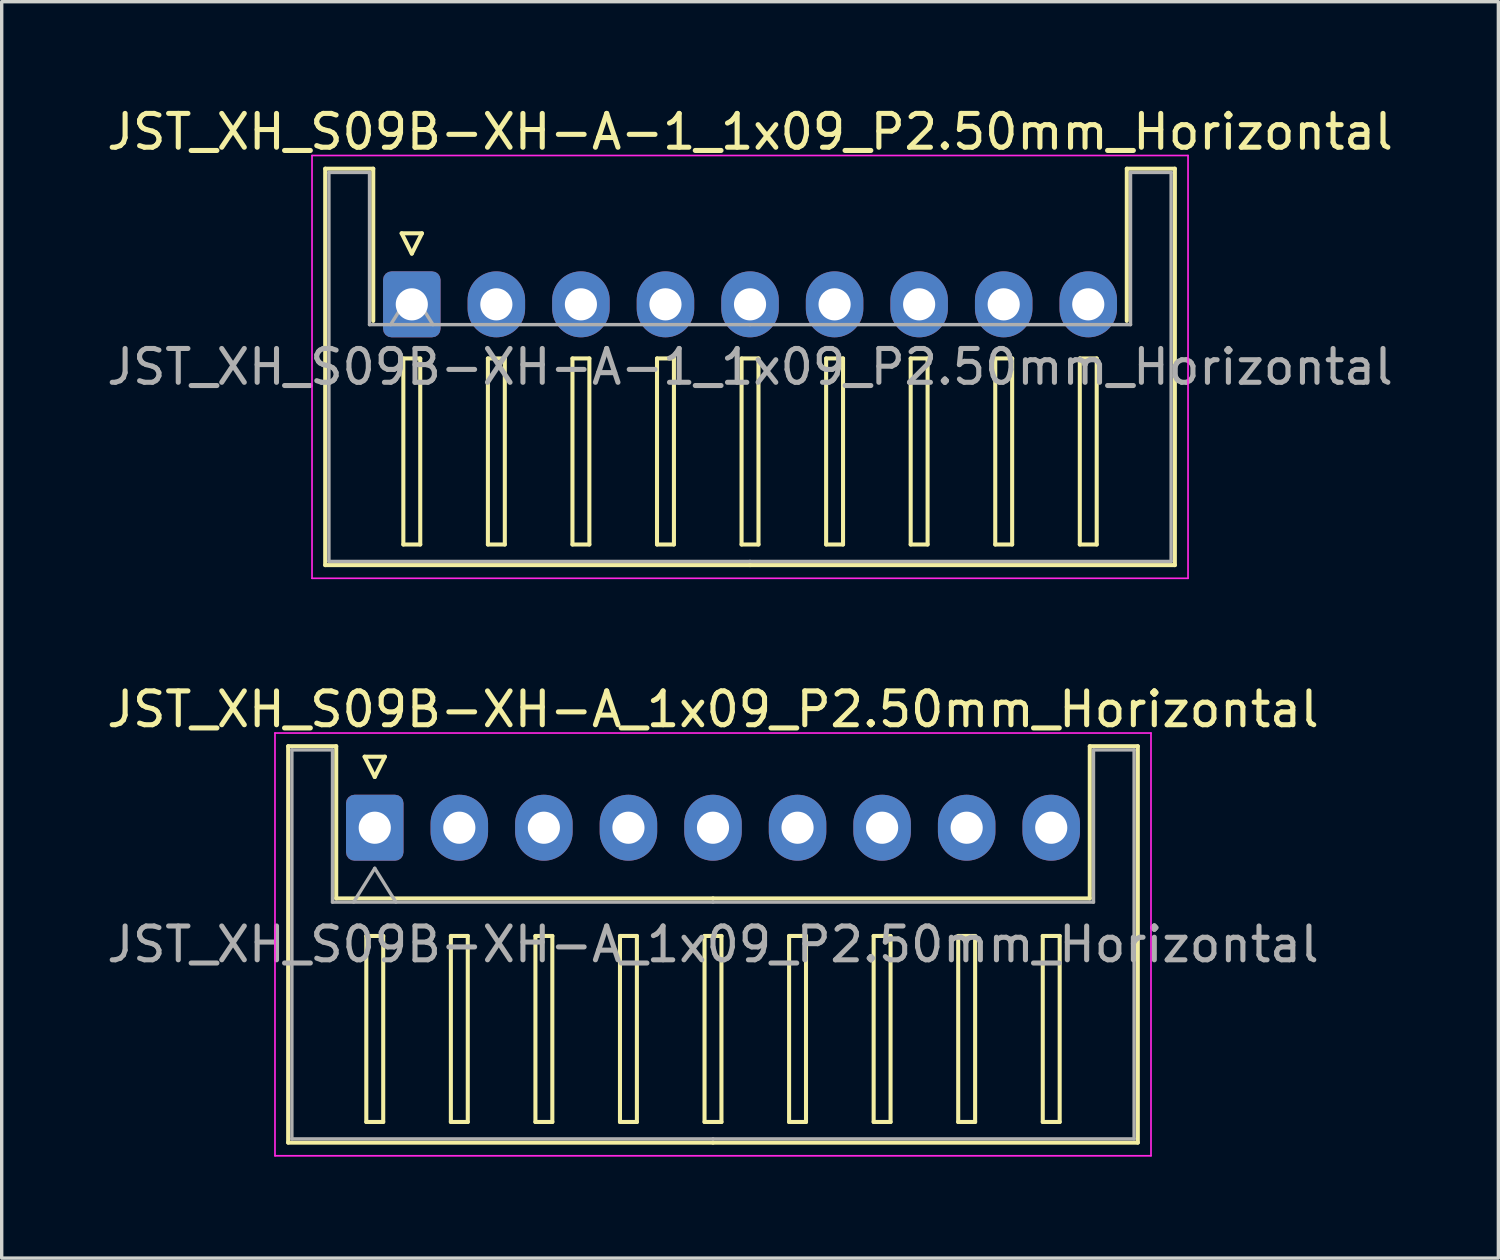
<source format=kicad_pcb>
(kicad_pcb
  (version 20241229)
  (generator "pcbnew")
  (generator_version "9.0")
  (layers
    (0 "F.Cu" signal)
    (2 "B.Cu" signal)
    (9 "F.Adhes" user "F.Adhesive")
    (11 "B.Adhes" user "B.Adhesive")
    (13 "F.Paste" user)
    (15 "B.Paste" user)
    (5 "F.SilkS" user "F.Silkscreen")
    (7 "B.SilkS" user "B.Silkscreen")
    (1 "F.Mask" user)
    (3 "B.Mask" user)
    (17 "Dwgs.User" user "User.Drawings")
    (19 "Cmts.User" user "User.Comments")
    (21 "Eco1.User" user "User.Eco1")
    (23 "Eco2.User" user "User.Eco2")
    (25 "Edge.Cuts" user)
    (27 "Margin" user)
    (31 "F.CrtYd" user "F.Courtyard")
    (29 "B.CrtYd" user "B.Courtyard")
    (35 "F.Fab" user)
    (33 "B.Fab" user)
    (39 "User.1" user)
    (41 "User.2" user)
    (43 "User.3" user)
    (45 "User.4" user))
  (footprint "JST_XH_S09B-XH-A-1_1x09_P2.50mm_Horizontal"
    (layer "F.Cu")
    (at 9.125 5.948)
    (property "Reference" "JST_XH_S09B-XH-A-1_1x09_P2.50mm_Horizontal" (at 10 -5.1 0) (layer "F.SilkS") (effects (font (size 1 1) (thickness 0.15))))
    (attr through_hole)
    (fp_line (start -2.56 -4.01) (end -1.14 -4.01) (stroke (width 0.12) (type solid)) (layer "F.SilkS"))
    (fp_line (start -2.56 7.71) (end -2.56 -4.01) (stroke (width 0.12) (type solid)) (layer "F.SilkS"))
    (fp_line (start -1.14 -4.01) (end -1.14 0.49) (stroke (width 0.12) (type solid)) (layer "F.SilkS"))
    (fp_line (start -0.3 -2.1) (end 0.3 -2.1) (stroke (width 0.12) (type solid)) (layer "F.SilkS"))
    (fp_line (start -0.25 1.6) (end -0.25 7.1) (stroke (width 0.12) (type solid)) (layer "F.SilkS"))
    (fp_line (start -0.25 7.1) (end 0.25 7.1) (stroke (width 0.12) (type solid)) (layer "F.SilkS"))
    (fp_line (start 0 -1.5) (end -0.3 -2.1) (stroke (width 0.12) (type solid)) (layer "F.SilkS"))
    (fp_line (start 0.25 1.6) (end -0.25 1.6) (stroke (width 0.12) (type solid)) (layer "F.SilkS"))
    (fp_line (start 0.25 7.1) (end 0.25 1.6) (stroke (width 0.12) (type solid)) (layer "F.SilkS"))
    (fp_line (start 0.3 -2.1) (end 0 -1.5) (stroke (width 0.12) (type solid)) (layer "F.SilkS"))
    (fp_line (start 2.25 1.6) (end 2.25 7.1) (stroke (width 0.12) (type solid)) (layer "F.SilkS"))
    (fp_line (start 2.25 7.1) (end 2.75 7.1) (stroke (width 0.12) (type solid)) (layer "F.SilkS"))
    (fp_line (start 2.75 1.6) (end 2.25 1.6) (stroke (width 0.12) (type solid)) (layer "F.SilkS"))
    (fp_line (start 2.75 7.1) (end 2.75 1.6) (stroke (width 0.12) (type solid)) (layer "F.SilkS"))
    (fp_line (start 4.75 1.6) (end 4.75 7.1) (stroke (width 0.12) (type solid)) (layer "F.SilkS"))
    (fp_line (start 4.75 7.1) (end 5.25 7.1) (stroke (width 0.12) (type solid)) (layer "F.SilkS"))
    (fp_line (start 5.25 1.6) (end 4.75 1.6) (stroke (width 0.12) (type solid)) (layer "F.SilkS"))
    (fp_line (start 5.25 7.1) (end 5.25 1.6) (stroke (width 0.12) (type solid)) (layer "F.SilkS"))
    (fp_line (start 7.25 1.6) (end 7.25 7.1) (stroke (width 0.12) (type solid)) (layer "F.SilkS"))
    (fp_line (start 7.25 7.1) (end 7.75 7.1) (stroke (width 0.12) (type solid)) (layer "F.SilkS"))
    (fp_line (start 7.75 1.6) (end 7.25 1.6) (stroke (width 0.12) (type solid)) (layer "F.SilkS"))
    (fp_line (start 7.75 7.1) (end 7.75 1.6) (stroke (width 0.12) (type solid)) (layer "F.SilkS"))
    (fp_line (start 9.75 1.6) (end 9.75 7.1) (stroke (width 0.12) (type solid)) (layer "F.SilkS"))
    (fp_line (start 9.75 7.1) (end 10.25 7.1) (stroke (width 0.12) (type solid)) (layer "F.SilkS"))
    (fp_line (start 10 7.71) (end -2.56 7.71) (stroke (width 0.12) (type solid)) (layer "F.SilkS"))
    (fp_line (start 10 7.71) (end 22.56 7.71) (stroke (width 0.12) (type solid)) (layer "F.SilkS"))
    (fp_line (start 10.25 1.6) (end 9.75 1.6) (stroke (width 0.12) (type solid)) (layer "F.SilkS"))
    (fp_line (start 10.25 7.1) (end 10.25 1.6) (stroke (width 0.12) (type solid)) (layer "F.SilkS"))
    (fp_line (start 12.25 1.6) (end 12.25 7.1) (stroke (width 0.12) (type solid)) (layer "F.SilkS"))
    (fp_line (start 12.25 7.1) (end 12.75 7.1) (stroke (width 0.12) (type solid)) (layer "F.SilkS"))
    (fp_line (start 12.75 1.6) (end 12.25 1.6) (stroke (width 0.12) (type solid)) (layer "F.SilkS"))
    (fp_line (start 12.75 7.1) (end 12.75 1.6) (stroke (width 0.12) (type solid)) (layer "F.SilkS"))
    (fp_line (start 14.75 1.6) (end 14.75 7.1) (stroke (width 0.12) (type solid)) (layer "F.SilkS"))
    (fp_line (start 14.75 7.1) (end 15.25 7.1) (stroke (width 0.12) (type solid)) (layer "F.SilkS"))
    (fp_line (start 15.25 1.6) (end 14.75 1.6) (stroke (width 0.12) (type solid)) (layer "F.SilkS"))
    (fp_line (start 15.25 7.1) (end 15.25 1.6) (stroke (width 0.12) (type solid)) (layer "F.SilkS"))
    (fp_line (start 17.25 1.6) (end 17.25 7.1) (stroke (width 0.12) (type solid)) (layer "F.SilkS"))
    (fp_line (start 17.25 7.1) (end 17.75 7.1) (stroke (width 0.12) (type solid)) (layer "F.SilkS"))
    (fp_line (start 17.75 1.6) (end 17.25 1.6) (stroke (width 0.12) (type solid)) (layer "F.SilkS"))
    (fp_line (start 17.75 7.1) (end 17.75 1.6) (stroke (width 0.12) (type solid)) (layer "F.SilkS"))
    (fp_line (start 19.75 1.6) (end 19.75 7.1) (stroke (width 0.12) (type solid)) (layer "F.SilkS"))
    (fp_line (start 19.75 7.1) (end 20.25 7.1) (stroke (width 0.12) (type solid)) (layer "F.SilkS"))
    (fp_line (start 20.25 1.6) (end 19.75 1.6) (stroke (width 0.12) (type solid)) (layer "F.SilkS"))
    (fp_line (start 20.25 7.1) (end 20.25 1.6) (stroke (width 0.12) (type solid)) (layer "F.SilkS"))
    (fp_line (start 21.14 -4.01) (end 21.14 0.49) (stroke (width 0.12) (type solid)) (layer "F.SilkS"))
    (fp_line (start 22.56 -4.01) (end 21.14 -4.01) (stroke (width 0.12) (type solid)) (layer "F.SilkS"))
    (fp_line (start 22.56 7.71) (end 22.56 -4.01) (stroke (width 0.12) (type solid)) (layer "F.SilkS"))
    (fp_line (start -2.95 -4.4) (end -2.95 8.1) (stroke (width 0.05) (type solid)) (layer "F.CrtYd"))
    (fp_line (start -2.95 8.1) (end 22.95 8.1) (stroke (width 0.05) (type solid)) (layer "F.CrtYd"))
    (fp_line (start 22.95 -4.4) (end -2.95 -4.4) (stroke (width 0.05) (type solid)) (layer "F.CrtYd"))
    (fp_line (start 22.95 8.1) (end 22.95 -4.4) (stroke (width 0.05) (type solid)) (layer "F.CrtYd"))
    (fp_line (start -2.45 -3.9) (end -1.25 -3.9) (stroke (width 0.1) (type solid)) (layer "F.Fab"))
    (fp_line (start -2.45 7.6) (end -2.45 -3.9) (stroke (width 0.1) (type solid)) (layer "F.Fab"))
    (fp_line (start -1.25 -3.9) (end -1.25 0.6) (stroke (width 0.1) (type solid)) (layer "F.Fab"))
    (fp_line (start -1.25 0.6) (end 10 0.6) (stroke (width 0.1) (type solid)) (layer "F.Fab"))
    (fp_line (start -0.625 0.6) (end 0 -0.4) (stroke (width 0.1) (type solid)) (layer "F.Fab"))
    (fp_line (start 0 -0.4) (end 0.625 0.6) (stroke (width 0.1) (type solid)) (layer "F.Fab"))
    (fp_line (start 10 7.6) (end -2.45 7.6) (stroke (width 0.1) (type solid)) (layer "F.Fab"))
    (fp_line (start 10 7.6) (end 22.45 7.6) (stroke (width 0.1) (type solid)) (layer "F.Fab"))
    (fp_line (start 21.25 -3.9) (end 21.25 0.6) (stroke (width 0.1) (type solid)) (layer "F.Fab"))
    (fp_line (start 21.25 0.6) (end 10 0.6) (stroke (width 0.1) (type solid)) (layer "F.Fab"))
    (fp_line (start 22.45 -3.9) (end 21.25 -3.9) (stroke (width 0.1) (type solid)) (layer "F.Fab"))
    (fp_line (start 22.45 7.6) (end 22.45 -3.9) (stroke (width 0.1) (type solid)) (layer "F.Fab"))
    (fp_text user "${REFERENCE}" (at 10 1.85 0) (layer "F.Fab") (effects (font (size 1 1) (thickness 0.15))))
    (pad "1" thru_hole roundrect (at 0 0) (size 1.7 1.95) (drill 0.95) (layers "*.Cu" "*.Mask") (roundrect_rratio 0.147))
    (pad "2" thru_hole oval (at 2.5 0) (size 1.7 1.95) (drill 0.95) (layers "*.Cu" "*.Mask"))
    (pad "3" thru_hole oval (at 5 0) (size 1.7 1.95) (drill 0.95) (layers "*.Cu" "*.Mask"))
    (pad "4" thru_hole oval (at 7.5 0) (size 1.7 1.95) (drill 0.95) (layers "*.Cu" "*.Mask"))
    (pad "5" thru_hole oval (at 10 0) (size 1.7 1.95) (drill 0.95) (layers "*.Cu" "*.Mask"))
    (pad "6" thru_hole oval (at 12.5 0) (size 1.7 1.95) (drill 0.95) (layers "*.Cu" "*.Mask"))
    (pad "7" thru_hole oval (at 15 0) (size 1.7 1.95) (drill 0.95) (layers "*.Cu" "*.Mask"))
    (pad "8" thru_hole oval (at 17.5 0) (size 1.7 1.95) (drill 0.95) (layers "*.Cu" "*.Mask"))
    (pad "9" thru_hole oval (at 20 0) (size 1.7 1.95) (drill 0.95) (layers "*.Cu" "*.Mask")))
  (footprint "JST_XH_S09B-XH-A_1x09_P2.50mm_Horizontal"
    (layer "F.Cu")
    (at 8.03 21.422)
    (property "Reference" "JST_XH_S09B-XH-A_1x09_P2.50mm_Horizontal" (at 10 -3.5 0) (layer "F.SilkS") (effects (font (size 1 1) (thickness 0.15))))
    (attr through_hole)
    (fp_line (start -2.56 -2.41) (end -1.14 -2.41) (stroke (width 0.12) (type solid)) (layer "F.SilkS"))
    (fp_line (start -2.56 9.31) (end -2.56 -2.41) (stroke (width 0.12) (type solid)) (layer "F.SilkS"))
    (fp_line (start -1.14 -2.41) (end -1.14 2.09) (stroke (width 0.12) (type solid)) (layer "F.SilkS"))
    (fp_line (start -1.14 2.09) (end 10 2.09) (stroke (width 0.12) (type solid)) (layer "F.SilkS"))
    (fp_line (start -0.3 -2.1) (end 0.3 -2.1) (stroke (width 0.12) (type solid)) (layer "F.SilkS"))
    (fp_line (start -0.25 3.2) (end -0.25 8.7) (stroke (width 0.12) (type solid)) (layer "F.SilkS"))
    (fp_line (start -0.25 8.7) (end 0.25 8.7) (stroke (width 0.12) (type solid)) (layer "F.SilkS"))
    (fp_line (start 0 -1.5) (end -0.3 -2.1) (stroke (width 0.12) (type solid)) (layer "F.SilkS"))
    (fp_line (start 0.25 3.2) (end -0.25 3.2) (stroke (width 0.12) (type solid)) (layer "F.SilkS"))
    (fp_line (start 0.25 8.7) (end 0.25 3.2) (stroke (width 0.12) (type solid)) (layer "F.SilkS"))
    (fp_line (start 0.3 -2.1) (end 0 -1.5) (stroke (width 0.12) (type solid)) (layer "F.SilkS"))
    (fp_line (start 2.25 3.2) (end 2.25 8.7) (stroke (width 0.12) (type solid)) (layer "F.SilkS"))
    (fp_line (start 2.25 8.7) (end 2.75 8.7) (stroke (width 0.12) (type solid)) (layer "F.SilkS"))
    (fp_line (start 2.75 3.2) (end 2.25 3.2) (stroke (width 0.12) (type solid)) (layer "F.SilkS"))
    (fp_line (start 2.75 8.7) (end 2.75 3.2) (stroke (width 0.12) (type solid)) (layer "F.SilkS"))
    (fp_line (start 4.75 3.2) (end 4.75 8.7) (stroke (width 0.12) (type solid)) (layer "F.SilkS"))
    (fp_line (start 4.75 8.7) (end 5.25 8.7) (stroke (width 0.12) (type solid)) (layer "F.SilkS"))
    (fp_line (start 5.25 3.2) (end 4.75 3.2) (stroke (width 0.12) (type solid)) (layer "F.SilkS"))
    (fp_line (start 5.25 8.7) (end 5.25 3.2) (stroke (width 0.12) (type solid)) (layer "F.SilkS"))
    (fp_line (start 7.25 3.2) (end 7.25 8.7) (stroke (width 0.12) (type solid)) (layer "F.SilkS"))
    (fp_line (start 7.25 8.7) (end 7.75 8.7) (stroke (width 0.12) (type solid)) (layer "F.SilkS"))
    (fp_line (start 7.75 3.2) (end 7.25 3.2) (stroke (width 0.12) (type solid)) (layer "F.SilkS"))
    (fp_line (start 7.75 8.7) (end 7.75 3.2) (stroke (width 0.12) (type solid)) (layer "F.SilkS"))
    (fp_line (start 9.75 3.2) (end 9.75 8.7) (stroke (width 0.12) (type solid)) (layer "F.SilkS"))
    (fp_line (start 9.75 8.7) (end 10.25 8.7) (stroke (width 0.12) (type solid)) (layer "F.SilkS"))
    (fp_line (start 10 9.31) (end -2.56 9.31) (stroke (width 0.12) (type solid)) (layer "F.SilkS"))
    (fp_line (start 10 9.31) (end 22.56 9.31) (stroke (width 0.12) (type solid)) (layer "F.SilkS"))
    (fp_line (start 10.25 3.2) (end 9.75 3.2) (stroke (width 0.12) (type solid)) (layer "F.SilkS"))
    (fp_line (start 10.25 8.7) (end 10.25 3.2) (stroke (width 0.12) (type solid)) (layer "F.SilkS"))
    (fp_line (start 12.25 3.2) (end 12.25 8.7) (stroke (width 0.12) (type solid)) (layer "F.SilkS"))
    (fp_line (start 12.25 8.7) (end 12.75 8.7) (stroke (width 0.12) (type solid)) (layer "F.SilkS"))
    (fp_line (start 12.75 3.2) (end 12.25 3.2) (stroke (width 0.12) (type solid)) (layer "F.SilkS"))
    (fp_line (start 12.75 8.7) (end 12.75 3.2) (stroke (width 0.12) (type solid)) (layer "F.SilkS"))
    (fp_line (start 14.75 3.2) (end 14.75 8.7) (stroke (width 0.12) (type solid)) (layer "F.SilkS"))
    (fp_line (start 14.75 8.7) (end 15.25 8.7) (stroke (width 0.12) (type solid)) (layer "F.SilkS"))
    (fp_line (start 15.25 3.2) (end 14.75 3.2) (stroke (width 0.12) (type solid)) (layer "F.SilkS"))
    (fp_line (start 15.25 8.7) (end 15.25 3.2) (stroke (width 0.12) (type solid)) (layer "F.SilkS"))
    (fp_line (start 17.25 3.2) (end 17.25 8.7) (stroke (width 0.12) (type solid)) (layer "F.SilkS"))
    (fp_line (start 17.25 8.7) (end 17.75 8.7) (stroke (width 0.12) (type solid)) (layer "F.SilkS"))
    (fp_line (start 17.75 3.2) (end 17.25 3.2) (stroke (width 0.12) (type solid)) (layer "F.SilkS"))
    (fp_line (start 17.75 8.7) (end 17.75 3.2) (stroke (width 0.12) (type solid)) (layer "F.SilkS"))
    (fp_line (start 19.75 3.2) (end 19.75 8.7) (stroke (width 0.12) (type solid)) (layer "F.SilkS"))
    (fp_line (start 19.75 8.7) (end 20.25 8.7) (stroke (width 0.12) (type solid)) (layer "F.SilkS"))
    (fp_line (start 20.25 3.2) (end 19.75 3.2) (stroke (width 0.12) (type solid)) (layer "F.SilkS"))
    (fp_line (start 20.25 8.7) (end 20.25 3.2) (stroke (width 0.12) (type solid)) (layer "F.SilkS"))
    (fp_line (start 21.14 -2.41) (end 21.14 2.09) (stroke (width 0.12) (type solid)) (layer "F.SilkS"))
    (fp_line (start 21.14 2.09) (end 10 2.09) (stroke (width 0.12) (type solid)) (layer "F.SilkS"))
    (fp_line (start 22.56 -2.41) (end 21.14 -2.41) (stroke (width 0.12) (type solid)) (layer "F.SilkS"))
    (fp_line (start 22.56 9.31) (end 22.56 -2.41) (stroke (width 0.12) (type solid)) (layer "F.SilkS"))
    (fp_line (start -2.95 -2.8) (end -2.95 9.7) (stroke (width 0.05) (type solid)) (layer "F.CrtYd"))
    (fp_line (start -2.95 9.7) (end 22.95 9.7) (stroke (width 0.05) (type solid)) (layer "F.CrtYd"))
    (fp_line (start 22.95 -2.8) (end -2.95 -2.8) (stroke (width 0.05) (type solid)) (layer "F.CrtYd"))
    (fp_line (start 22.95 9.7) (end 22.95 -2.8) (stroke (width 0.05) (type solid)) (layer "F.CrtYd"))
    (fp_line (start -2.45 -2.3) (end -1.25 -2.3) (stroke (width 0.1) (type solid)) (layer "F.Fab"))
    (fp_line (start -2.45 9.2) (end -2.45 -2.3) (stroke (width 0.1) (type solid)) (layer "F.Fab"))
    (fp_line (start -1.25 -2.3) (end -1.25 2.2) (stroke (width 0.1) (type solid)) (layer "F.Fab"))
    (fp_line (start -1.25 2.2) (end 10 2.2) (stroke (width 0.1) (type solid)) (layer "F.Fab"))
    (fp_line (start -0.625 2.2) (end 0 1.2) (stroke (width 0.1) (type solid)) (layer "F.Fab"))
    (fp_line (start 0 1.2) (end 0.625 2.2) (stroke (width 0.1) (type solid)) (layer "F.Fab"))
    (fp_line (start 10 9.2) (end -2.45 9.2) (stroke (width 0.1) (type solid)) (layer "F.Fab"))
    (fp_line (start 10 9.2) (end 22.45 9.2) (stroke (width 0.1) (type solid)) (layer "F.Fab"))
    (fp_line (start 21.25 -2.3) (end 21.25 2.2) (stroke (width 0.1) (type solid)) (layer "F.Fab"))
    (fp_line (start 21.25 2.2) (end 10 2.2) (stroke (width 0.1) (type solid)) (layer "F.Fab"))
    (fp_line (start 22.45 -2.3) (end 21.25 -2.3) (stroke (width 0.1) (type solid)) (layer "F.Fab"))
    (fp_line (start 22.45 9.2) (end 22.45 -2.3) (stroke (width 0.1) (type solid)) (layer "F.Fab"))
    (fp_text user "${REFERENCE}" (at 10 3.45 0) (layer "F.Fab") (effects (font (size 1 1) (thickness 0.15))))
    (pad "1" thru_hole roundrect (at 0 0) (size 1.7 1.95) (drill 0.95) (layers "*.Cu" "*.Mask") (roundrect_rratio 0.147))
    (pad "2" thru_hole oval (at 2.5 0) (size 1.7 1.95) (drill 0.95) (layers "*.Cu" "*.Mask"))
    (pad "3" thru_hole oval (at 5 0) (size 1.7 1.95) (drill 0.95) (layers "*.Cu" "*.Mask"))
    (pad "4" thru_hole oval (at 7.5 0) (size 1.7 1.95) (drill 0.95) (layers "*.Cu" "*.Mask"))
    (pad "5" thru_hole oval (at 10 0) (size 1.7 1.95) (drill 0.95) (layers "*.Cu" "*.Mask"))
    (pad "6" thru_hole oval (at 12.5 0) (size 1.7 1.95) (drill 0.95) (layers "*.Cu" "*.Mask"))
    (pad "7" thru_hole oval (at 15 0) (size 1.7 1.95) (drill 0.95) (layers "*.Cu" "*.Mask"))
    (pad "8" thru_hole oval (at 17.5 0) (size 1.7 1.95) (drill 0.95) (layers "*.Cu" "*.Mask"))
    (pad "9" thru_hole oval (at 20 0) (size 1.7 1.95) (drill 0.95) (layers "*.Cu" "*.Mask")))
  (gr_rect
    (start -3 -3)
    (end 41.25 34.147)
    (stroke (width 0.1) (type default))
    (fill no)
    (layer "Edge.Cuts")))
</source>
